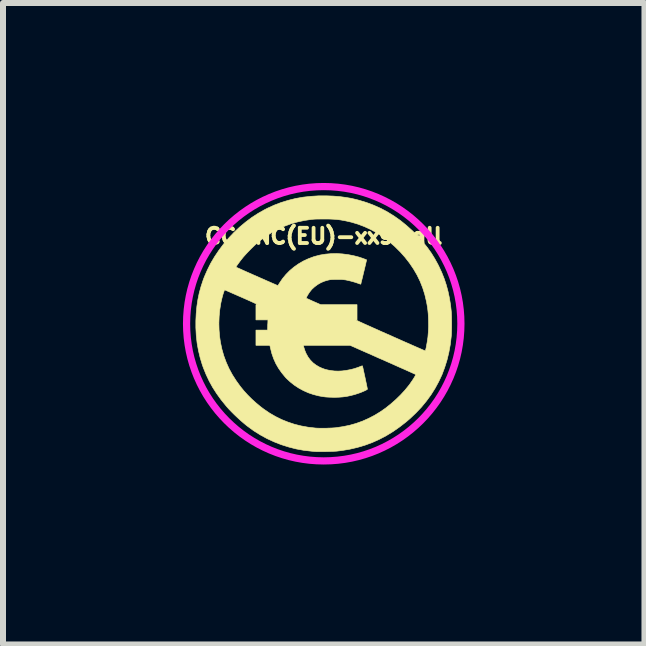
<source format=kicad_pcb>
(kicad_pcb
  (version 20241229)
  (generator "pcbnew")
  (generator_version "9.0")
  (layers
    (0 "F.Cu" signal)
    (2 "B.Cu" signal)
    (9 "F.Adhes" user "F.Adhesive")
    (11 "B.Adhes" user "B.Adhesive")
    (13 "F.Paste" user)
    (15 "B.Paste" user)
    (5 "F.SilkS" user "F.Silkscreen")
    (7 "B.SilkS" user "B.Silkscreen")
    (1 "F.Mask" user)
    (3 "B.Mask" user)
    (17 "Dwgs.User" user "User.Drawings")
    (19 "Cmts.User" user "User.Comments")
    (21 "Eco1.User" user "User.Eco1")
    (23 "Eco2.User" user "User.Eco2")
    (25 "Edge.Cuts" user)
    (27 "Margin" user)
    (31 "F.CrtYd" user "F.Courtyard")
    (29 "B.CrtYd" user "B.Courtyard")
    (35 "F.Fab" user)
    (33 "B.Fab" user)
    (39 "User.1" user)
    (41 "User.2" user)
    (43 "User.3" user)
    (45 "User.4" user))
  (footprint "CC-NC(EU)-xxsmall"
    (layer "F.Cu")
    (at 2.347 2.347)
    (property "Reference" "CC-NC(EU)-xxsmall" (at 0 -1.46 0) (layer "F.SilkS") (effects (font (size 0.254 0.254) (thickness 0.064))))
    (attr through_hole)
    (fp_poly (pts (xy 0.158 -2.128) (xy 0.261 -2.12) (xy 0.359 -2.107) (xy 0.455 -2.091) (xy 0.549 -2.069) (xy 0.594 -2.057) (xy 0.718 -2.019) (xy 0.837 -1.974) (xy 0.953 -1.922) (xy 1.065 -1.862) (xy 1.173 -1.795) (xy 1.279 -1.72) (xy 1.381 -1.637) (xy 1.481 -1.547) (xy 1.512 -1.516) (xy 1.593 -1.432) (xy 1.666 -1.348) (xy 1.733 -1.263) (xy 1.794 -1.177) (xy 1.85 -1.086) (xy 1.902 -0.992) (xy 1.92 -0.956) (xy 1.967 -0.855) (xy 2.008 -0.752) (xy 2.043 -0.647) (xy 2.072 -0.539) (xy 2.096 -0.426) (xy 2.115 -0.308) (xy 2.126 -0.207) (xy 2.128 -0.184) (xy 2.129 -0.153) (xy 2.131 -0.117) (xy 2.131 -0.076) (xy 2.132 -0.034) (xy 2.132 0.011) (xy 2.132 0.054) (xy 2.131 0.097) (xy 2.13 0.136) (xy 2.129 0.17) (xy 2.127 0.198) (xy 2.126 0.21) (xy 2.11 0.346) (xy 2.086 0.478) (xy 2.055 0.606) (xy 2.016 0.73) (xy 1.971 0.85) (xy 1.917 0.965) (xy 1.856 1.077) (xy 1.788 1.185) (xy 1.712 1.289) (xy 1.629 1.39) (xy 1.537 1.487) (xy 1.439 1.58) (xy 1.374 1.636) (xy 1.266 1.72) (xy 1.156 1.797) (xy 1.043 1.866) (xy 0.927 1.927) (xy 0.809 1.98) (xy 0.687 2.025) (xy 0.562 2.062) (xy 0.433 2.092) (xy 0.301 2.114) (xy 0.227 2.123) (xy 0.208 2.125) (xy 0.183 2.126) (xy 0.153 2.128) (xy 0.119 2.129) (xy 0.082 2.13) (xy 0.044 2.131) (xy 0.006 2.132) (xy -0.03 2.132) (xy -0.063 2.132) (xy -0.091 2.132) (xy -0.114 2.132) (xy -0.13 2.131) (xy -0.131 2.131) (xy -0.142 2.13) (xy -0.16 2.129) (xy -0.181 2.127) (xy -0.204 2.125) (xy -0.205 2.125) (xy -0.333 2.11) (xy -0.46 2.087) (xy -0.585 2.055) (xy -0.708 2.016) (xy -0.828 1.969) (xy -0.945 1.915) (xy -1.058 1.853) (xy -1.168 1.784) (xy -1.273 1.707) (xy -1.289 1.695) (xy -1.337 1.655) (xy -1.388 1.611) (xy -1.439 1.564) (xy -1.49 1.516) (xy -1.538 1.468) (xy -1.583 1.421) (xy -1.622 1.377) (xy -1.63 1.367) (xy -1.712 1.266) (xy -1.786 1.163) (xy -1.852 1.06) (xy -1.91 0.955) (xy -1.961 0.847) (xy -2.006 0.736) (xy -2.024 0.686) (xy -2.06 0.567) (xy -2.089 0.446) (xy -2.111 0.322) (xy -2.125 0.196) (xy -2.132 0.065) (xy -2.132 -0.007) (xy -1.748 -0.007) (xy -1.745 0.103) (xy -1.736 0.212) (xy -1.722 0.309) (xy -1.698 0.423) (xy -1.666 0.535) (xy -1.626 0.643) (xy -1.579 0.748) (xy -1.523 0.851) (xy -1.459 0.951) (xy -1.388 1.049) (xy -1.33 1.12) (xy -1.268 1.188) (xy -1.2 1.256) (xy -1.129 1.32) (xy -1.057 1.38) (xy -0.999 1.424) (xy -0.902 1.49) (xy -0.802 1.548) (xy -0.701 1.598) (xy -0.596 1.64) (xy -0.488 1.676) (xy -0.376 1.704) (xy -0.26 1.725) (xy -0.139 1.739) (xy -0.127 1.74) (xy -0.103 1.741) (xy -0.072 1.742) (xy -0.036 1.742) (xy 0.003 1.742) (xy 0.043 1.742) (xy 0.083 1.74) (xy 0.121 1.739) (xy 0.156 1.737) (xy 0.185 1.735) (xy 0.199 1.734) (xy 0.318 1.716) (xy 0.431 1.693) (xy 0.54 1.662) (xy 0.646 1.624) (xy 0.749 1.578) (xy 0.849 1.526) (xy 0.947 1.466) (xy 1.034 1.405) (xy 1.119 1.337) (xy 1.202 1.264) (xy 1.28 1.188) (xy 1.353 1.109) (xy 1.419 1.028) (xy 1.433 1.01) (xy 1.449 0.986) (xy 1.466 0.962) (xy 1.483 0.937) (xy 1.498 0.914) (xy 1.511 0.892) (xy 1.522 0.874) (xy 1.53 0.859) (xy 1.534 0.849) (xy 1.534 0.846) (xy 1.53 0.844) (xy 1.518 0.839) (xy 1.499 0.83) (xy 1.474 0.819) (xy 1.441 0.804) (xy 1.403 0.787) (xy 1.359 0.767) (xy 1.309 0.745) (xy 1.254 0.721) (xy 1.194 0.694) (xy 1.13 0.665) (xy 1.061 0.635) (xy 0.988 0.602) (xy 0.911 0.569) (xy 0.831 0.533) (xy 0.748 0.496) (xy 0.663 0.459) (xy 0.575 0.42) (xy 0.515 0.393) (xy 0.439 0.36) (xy -0.339 0.36) (xy -0.336 0.374) (xy -0.332 0.392) (xy -0.325 0.414) (xy -0.317 0.44) (xy -0.307 0.465) (xy -0.297 0.489) (xy -0.291 0.502) (xy -0.26 0.557) (xy -0.223 0.606) (xy -0.179 0.651) (xy -0.129 0.689) (xy -0.073 0.722) (xy -0.07 0.723) (xy -0.023 0.744) (xy 0.025 0.761) (xy 0.075 0.773) (xy 0.129 0.782) (xy 0.18 0.788) (xy 0.241 0.79) (xy 0.307 0.787) (xy 0.375 0.778) (xy 0.444 0.765) (xy 0.512 0.748) (xy 0.577 0.726) (xy 0.605 0.715) (xy 0.625 0.707) (xy 0.639 0.703) (xy 0.645 0.703) (xy 0.646 0.704) (xy 0.647 0.71) (xy 0.65 0.723) (xy 0.655 0.742) (xy 0.66 0.766) (xy 0.666 0.794) (xy 0.673 0.825) (xy 0.68 0.859) (xy 0.688 0.894) (xy 0.695 0.928) (xy 0.702 0.962) (xy 0.709 0.994) (xy 0.715 1.023) (xy 0.72 1.048) (xy 0.724 1.068) (xy 0.727 1.082) (xy 0.728 1.089) (xy 0.729 1.09) (xy 0.725 1.095) (xy 0.714 1.102) (xy 0.697 1.111) (xy 0.676 1.121) (xy 0.65 1.132) (xy 0.622 1.144) (xy 0.592 1.155) (xy 0.562 1.165) (xy 0.532 1.175) (xy 0.52 1.179) (xy 0.451 1.197) (xy 0.385 1.211) (xy 0.319 1.22) (xy 0.251 1.225) (xy 0.179 1.227) (xy 0.142 1.226) (xy 0.1 1.225) (xy 0.063 1.223) (xy 0.031 1.221) (xy 0.000429 1.217) (xy -0.031 1.212) (xy -0.065 1.206) (xy -0.086 1.202) (xy -0.172 1.18) (xy -0.257 1.151) (xy -0.338 1.115) (xy -0.417 1.072) (xy -0.49 1.024) (xy -0.558 0.97) (xy -0.621 0.912) (xy -0.642 0.889) (xy -0.701 0.817) (xy -0.753 0.743) (xy -0.798 0.665) (xy -0.835 0.583) (xy -0.865 0.497) (xy -0.888 0.406) (xy -0.893 0.384) (xy -0.898 0.36) (xy -1.13 0.36) (xy -1.13 0.106) (xy -0.935 0.106) (xy -0.935 0.081) (xy -0.935 0.068) (xy -0.934 0.049) (xy -0.934 0.026) (xy -0.933 0.001) (xy -0.932 -0.003) (xy -0.93 -0.064) (xy -1.13 -0.064) (xy -1.13 -0.317) (xy -1.112 -0.318) (xy -1.109 -0.319) (xy -1.109 -0.32) (xy -1.11 -0.322) (xy -1.114 -0.325) (xy -1.122 -0.329) (xy -1.133 -0.335) (xy -1.149 -0.342) (xy -1.17 -0.352) (xy -1.196 -0.364) (xy -1.227 -0.378) (xy -1.265 -0.395) (xy -1.31 -0.415) (xy -1.362 -0.438) (xy -1.369 -0.441) (xy -1.415 -0.461) (xy -1.458 -0.48) (xy -1.499 -0.498) (xy -1.536 -0.514) (xy -1.569 -0.529) (xy -1.597 -0.541) (xy -1.62 -0.551) (xy -1.637 -0.558) (xy -1.647 -0.563) (xy -1.65 -0.564) (xy -1.654 -0.561) (xy -1.659 -0.55) (xy -1.665 -0.533) (xy -1.673 -0.511) (xy -1.681 -0.485) (xy -1.689 -0.456) (xy -1.697 -0.425) (xy -1.705 -0.392) (xy -1.712 -0.36) (xy -1.718 -0.33) (xy -1.734 -0.226) (xy -1.744 -0.117) (xy -1.748 -0.007) (xy -2.132 -0.007) (xy -2.132 -0.049) (xy -2.126 -0.172) (xy -2.115 -0.289) (xy -2.098 -0.403) (xy -2.075 -0.514) (xy -2.045 -0.623) (xy -2.009 -0.732) (xy -1.991 -0.779) (xy -1.941 -0.894) (xy -1.916 -0.944) (xy -1.461 -0.944) (xy -1.457 -0.942) (xy -1.446 -0.936) (xy -1.428 -0.928) (xy -1.404 -0.918) (xy -1.376 -0.905) (xy -1.343 -0.89) (xy -1.307 -0.874) (xy -1.267 -0.856) (xy -1.225 -0.838) (xy -1.181 -0.818) (xy -1.137 -0.799) (xy -1.092 -0.779) (xy -1.047 -0.759) (xy -1.003 -0.74) (xy -0.961 -0.721) (xy -0.922 -0.704) (xy -0.885 -0.688) (xy -0.852 -0.673) (xy -0.823 -0.661) (xy -0.799 -0.65) (xy -0.781 -0.643) (xy -0.769 -0.638) (xy -0.764 -0.636) (xy -0.764 -0.636) (xy -0.761 -0.64) (xy -0.755 -0.649) (xy -0.747 -0.663) (xy -0.738 -0.677) (xy -0.687 -0.752) (xy -0.63 -0.821) (xy -0.566 -0.886) (xy -0.497 -0.944) (xy -0.422 -0.997) (xy -0.342 -1.044) (xy -0.258 -1.083) (xy -0.17 -1.116) (xy -0.147 -1.123) (xy -0.062 -1.145) (xy 0.028 -1.16) (xy 0.12 -1.168) (xy 0.215 -1.17) (xy 0.311 -1.164) (xy 0.407 -1.152) (xy 0.503 -1.133) (xy 0.588 -1.111) (xy 0.605 -1.105) (xy 0.626 -1.098) (xy 0.647 -1.091) (xy 0.668 -1.083) (xy 0.687 -1.076) (xy 0.702 -1.07) (xy 0.712 -1.066) (xy 0.715 -1.065) (xy 0.714 -1.061) (xy 0.712 -1.049) (xy 0.707 -1.032) (xy 0.702 -1.009) (xy 0.696 -0.981) (xy 0.688 -0.95) (xy 0.68 -0.917) (xy 0.672 -0.882) (xy 0.663 -0.847) (xy 0.655 -0.812) (xy 0.647 -0.778) (xy 0.639 -0.747) (xy 0.632 -0.719) (xy 0.626 -0.696) (xy 0.622 -0.677) (xy 0.619 -0.665) (xy 0.617 -0.66) (xy 0.613 -0.66) (xy 0.603 -0.663) (xy 0.589 -0.668) (xy 0.578 -0.672) (xy 0.532 -0.688) (xy 0.481 -0.703) (xy 0.427 -0.717) (xy 0.382 -0.727) (xy 0.362 -0.731) (xy 0.344 -0.733) (xy 0.327 -0.735) (xy 0.309 -0.737) (xy 0.288 -0.738) (xy 0.262 -0.738) (xy 0.229 -0.738) (xy 0.227 -0.738) (xy 0.187 -0.738) (xy 0.154 -0.737) (xy 0.126 -0.736) (xy 0.1 -0.733) (xy 0.077 -0.728) (xy 0.053 -0.722) (xy 0.027 -0.714) (xy 0.016 -0.711) (xy -0.045 -0.686) (xy -0.101 -0.654) (xy -0.152 -0.616) (xy -0.199 -0.573) (xy -0.239 -0.523) (xy -0.273 -0.469) (xy -0.28 -0.455) (xy -0.286 -0.441) (xy -0.29 -0.431) (xy -0.291 -0.426) (xy -0.291 -0.426) (xy -0.287 -0.423) (xy -0.276 -0.418) (xy -0.259 -0.411) (xy -0.237 -0.401) (xy -0.211 -0.389) (xy -0.183 -0.376) (xy -0.169 -0.37) (xy -0.05 -0.318) (xy 0.555 -0.318) (xy 0.555 -0.064) (xy 0.542 -0.063) (xy 0.541 -0.062) (xy 0.544 -0.06) (xy 0.551 -0.056) (xy 0.562 -0.05) (xy 0.577 -0.043) (xy 0.597 -0.033) (xy 0.622 -0.022) (xy 0.652 -0.008) (xy 0.687 0.008) (xy 0.728 0.026) (xy 0.775 0.047) (xy 0.828 0.071) (xy 0.889 0.098) (xy 0.955 0.128) (xy 1.03 0.161) (xy 1.108 0.195) (xy 1.174 0.225) (xy 1.238 0.253) (xy 1.3 0.281) (xy 1.359 0.307) (xy 1.415 0.331) (xy 1.466 0.354) (xy 1.514 0.375) (xy 1.557 0.394) (xy 1.594 0.41) (xy 1.626 0.424) (xy 1.653 0.436) (xy 1.673 0.444) (xy 1.686 0.45) (xy 1.692 0.453) (xy 1.692 0.453) (xy 1.694 0.449) (xy 1.698 0.438) (xy 1.702 0.423) (xy 1.707 0.403) (xy 1.708 0.399) (xy 1.724 0.31) (xy 1.737 0.223) (xy 1.744 0.137) (xy 1.748 0.049) (xy 1.747 -0.044) (xy 1.745 -0.107) (xy 1.742 -0.163) (xy 1.737 -0.216) (xy 1.731 -0.267) (xy 1.722 -0.319) (xy 1.712 -0.373) (xy 1.685 -0.487) (xy 1.65 -0.598) (xy 1.607 -0.707) (xy 1.556 -0.812) (xy 1.497 -0.913) (xy 1.43 -1.012) (xy 1.356 -1.107) (xy 1.274 -1.199) (xy 1.185 -1.287) (xy 1.173 -1.298) (xy 1.079 -1.378) (xy 0.983 -1.451) (xy 0.885 -1.515) (xy 0.783 -1.571) (xy 0.679 -1.619) (xy 0.571 -1.66) (xy 0.461 -1.693) (xy 0.369 -1.714) (xy 0.327 -1.722) (xy 0.289 -1.729) (xy 0.253 -1.734) (xy 0.219 -1.738) (xy 0.183 -1.741) (xy 0.146 -1.743) (xy 0.105 -1.745) (xy 0.059 -1.746) (xy 0.006 -1.746) (xy 0.003 -1.746) (xy -0.044 -1.746) (xy -0.083 -1.745) (xy -0.116 -1.745) (xy -0.146 -1.744) (xy -0.173 -1.742) (xy -0.199 -1.74) (xy -0.226 -1.736) (xy -0.254 -1.732) (xy -0.286 -1.727) (xy -0.315 -1.723) (xy -0.429 -1.699) (xy -0.541 -1.668) (xy -0.649 -1.628) (xy -0.755 -1.581) (xy -0.857 -1.526) (xy -0.957 -1.463) (xy -1.052 -1.393) (xy -1.125 -1.332) (xy -1.151 -1.308) (xy -1.181 -1.279) (xy -1.214 -1.247) (xy -1.247 -1.213) (xy -1.28 -1.179) (xy -1.31 -1.146) (xy -1.336 -1.117) (xy -1.347 -1.104) (xy -1.366 -1.08) (xy -1.385 -1.056) (xy -1.403 -1.032) (xy -1.42 -1.009) (xy -1.435 -0.988) (xy -1.448 -0.97) (xy -1.456 -0.956) (xy -1.461 -0.947) (xy -1.461 -0.944) (xy -1.916 -0.944) (xy -1.884 -1.008) (xy -1.819 -1.118) (xy -1.747 -1.225) (xy -1.67 -1.328) (xy -1.586 -1.427) (xy -1.497 -1.521) (xy -1.403 -1.61) (xy -1.305 -1.692) (xy -1.203 -1.769) (xy -1.097 -1.838) (xy -0.988 -1.9) (xy -0.937 -1.926) (xy -0.823 -1.978) (xy -0.707 -2.022) (xy -0.589 -2.058) (xy -0.468 -2.088) (xy -0.344 -2.11) (xy -0.216 -2.124) (xy -0.085 -2.132) (xy 0.049 -2.132) (xy 0.158 -2.128)) (stroke (width 0.01) (type solid)) (fill yes) (layer "F.SilkS"))
    (fp_circle (center 0 0.000075) (end -0.064 2.286) (stroke (width 0.12) (type solid)) (fill no) (layer "F.CrtYd")))
  (gr_rect
    (start -3 -3)
    (end 7.694 7.694)
    (stroke (width 0.1) (type default))
    (fill no)
    (layer "Edge.Cuts")))
</source>
